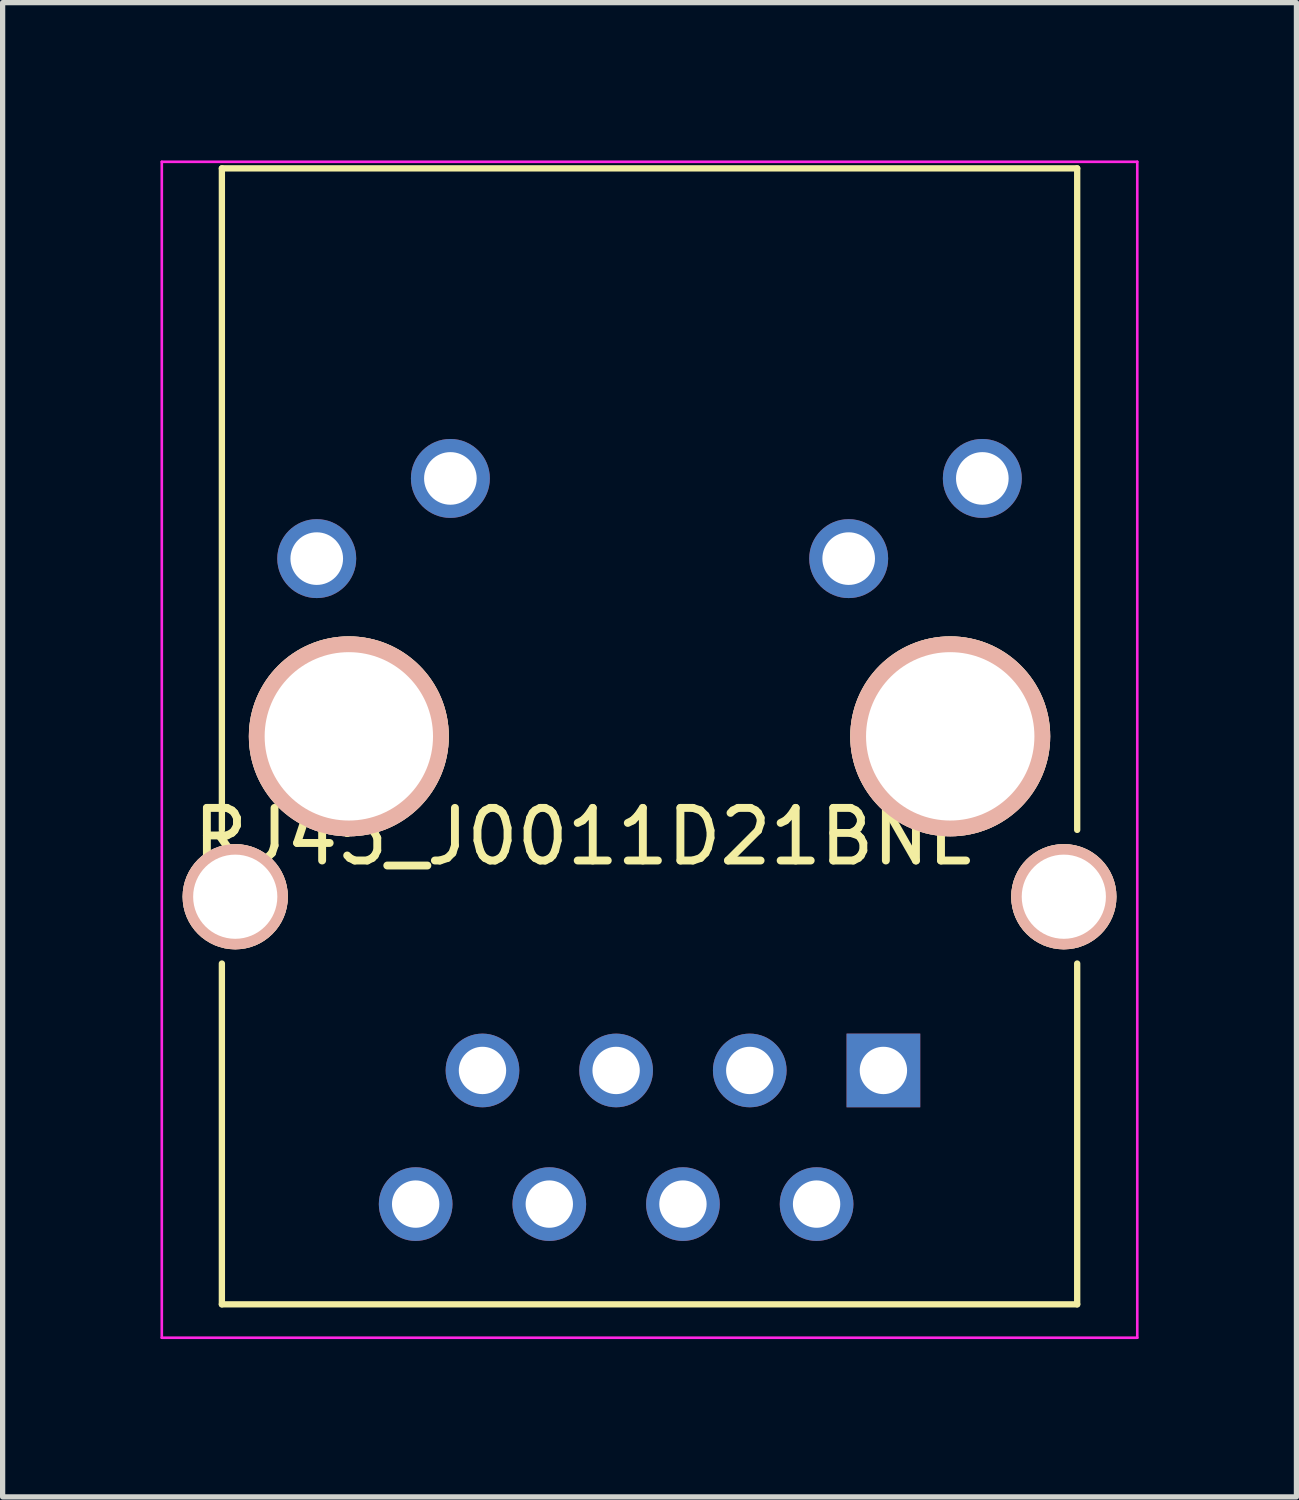
<source format=kicad_pcb>
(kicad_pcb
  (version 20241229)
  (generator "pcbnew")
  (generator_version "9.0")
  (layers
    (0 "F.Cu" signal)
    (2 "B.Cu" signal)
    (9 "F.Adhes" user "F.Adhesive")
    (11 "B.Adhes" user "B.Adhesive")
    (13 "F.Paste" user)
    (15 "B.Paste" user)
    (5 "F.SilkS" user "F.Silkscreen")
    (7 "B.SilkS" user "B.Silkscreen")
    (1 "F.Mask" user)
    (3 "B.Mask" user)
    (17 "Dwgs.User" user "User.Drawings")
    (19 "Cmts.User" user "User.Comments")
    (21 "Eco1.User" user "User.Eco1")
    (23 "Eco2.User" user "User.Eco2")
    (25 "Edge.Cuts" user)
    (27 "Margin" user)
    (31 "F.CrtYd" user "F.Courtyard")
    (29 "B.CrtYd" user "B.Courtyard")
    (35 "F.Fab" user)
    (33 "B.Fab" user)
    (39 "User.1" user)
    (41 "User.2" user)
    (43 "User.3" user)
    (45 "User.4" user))
  (footprint "RJ45_J0011D21BNL"
    (layer "F.Cu")
    (at 9.295 10.945)
    (property "Reference" "RJ45_J0011D21BNL" (at -1.27 1.905 0) (layer "F.SilkS") (effects (font (size 1 1) (thickness 0.15))))
    (attr through_hole)
    (fp_line (start -8.128 -10.795) (end -8.128 1.778) (stroke (width 0.12) (type solid)) (layer "F.SilkS"))
    (fp_line (start -8.128 -10.795) (end 8.128 -10.795) (stroke (width 0.12) (type solid)) (layer "F.SilkS"))
    (fp_line (start -8.128 4.318) (end -8.128 10.795) (stroke (width 0.12) (type solid)) (layer "F.SilkS"))
    (fp_line (start -8.128 10.795) (end 8.128 10.795) (stroke (width 0.12) (type solid)) (layer "F.SilkS"))
    (fp_line (start 8.128 -10.795) (end 8.128 1.778) (stroke (width 0.12) (type solid)) (layer "F.SilkS"))
    (fp_line (start 8.128 4.318) (end 8.128 10.795) (stroke (width 0.12) (type solid)) (layer "F.SilkS"))
    (fp_line (start -9.27 -10.92) (end -9.27 11.43) (stroke (width 0.05) (type solid)) (layer "F.CrtYd"))
    (fp_line (start -9.27 -10.92) (end 9.27 -10.92) (stroke (width 0.05) (type solid)) (layer "F.CrtYd"))
    (fp_line (start 9.27 -10.92) (end 9.27 11.43) (stroke (width 0.05) (type solid)) (layer "F.CrtYd"))
    (fp_line (start 9.27 11.43) (end -9.27 11.43) (stroke (width 0.05) (type solid)) (layer "F.CrtYd"))
    (pad "1" thru_hole rect (at 4.445 6.35 90) (size 1.4 1.4) (drill 0.9) (layers "*.Cu" "*.Mask"))
    (pad "2" thru_hole circle (at 3.175 8.89) (size 1.4 1.4) (drill 0.9) (layers "*.Cu" "*.Mask"))
    (pad "3" thru_hole circle (at 1.905 6.35) (size 1.4 1.4) (drill 0.9) (layers "*.Cu" "*.Mask"))
    (pad "4" thru_hole circle (at 0.635 8.89) (size 1.4 1.4) (drill 0.9) (layers "*.Cu" "*.Mask"))
    (pad "5" thru_hole circle (at -0.635 6.35) (size 1.4 1.4) (drill 0.9) (layers "*.Cu" "*.Mask"))
    (pad "6" thru_hole circle (at -1.905 8.89) (size 1.4 1.4) (drill 0.9) (layers "*.Cu" "*.Mask"))
    (pad "7" thru_hole circle (at -3.175 6.35) (size 1.4 1.4) (drill 0.9) (layers "*.Cu" "*.Mask"))
    (pad "8" thru_hole circle (at -4.445 8.89) (size 1.4 1.4) (drill 0.9) (layers "*.Cu" "*.Mask"))
    (pad "9" thru_hole circle (at 6.325 -4.902 180) (size 1.5 1.5) (drill 1) (layers "*.Cu" "*.Mask"))
    (pad "10" thru_hole circle (at 3.785 -3.378) (size 1.5 1.5) (drill 1) (layers "*.Cu" "*.Mask"))
    (pad "11" thru_hole circle (at -3.785 -4.902 90) (size 1.5 1.5) (drill 1) (layers "*.Cu" "*.Mask"))
    (pad "12" thru_hole circle (at -6.325 -3.378 90) (size 1.5 1.5) (drill 1) (layers "*.Cu" "*.Mask"))
    (pad "13" thru_hole circle (at -7.874 3.048) (size 2 2) (drill 1.6) (layers "*.Cu" "*.SilkS" "*.Mask"))
    (pad "14" thru_hole circle (at 7.874 3.048 180) (size 2 2) (drill 1.6) (layers "*.Cu" "*.SilkS" "*.Mask"))
    (pad "Hole" thru_hole circle (at -5.715 0 90) (size 3.8 3.8) (drill 3.2) (layers "*.Cu" "*.SilkS" "*.Mask"))
    (pad "Hole" thru_hole circle (at 5.715 0 90) (size 3.8 3.8) (drill 3.2) (layers "*.Cu" "*.SilkS" "*.Mask")))
  (gr_rect
    (start -3 -3)
    (end 21.59 25.4)
    (stroke (width 0.1) (type default))
    (fill no)
    (layer "Edge.Cuts")))
</source>
